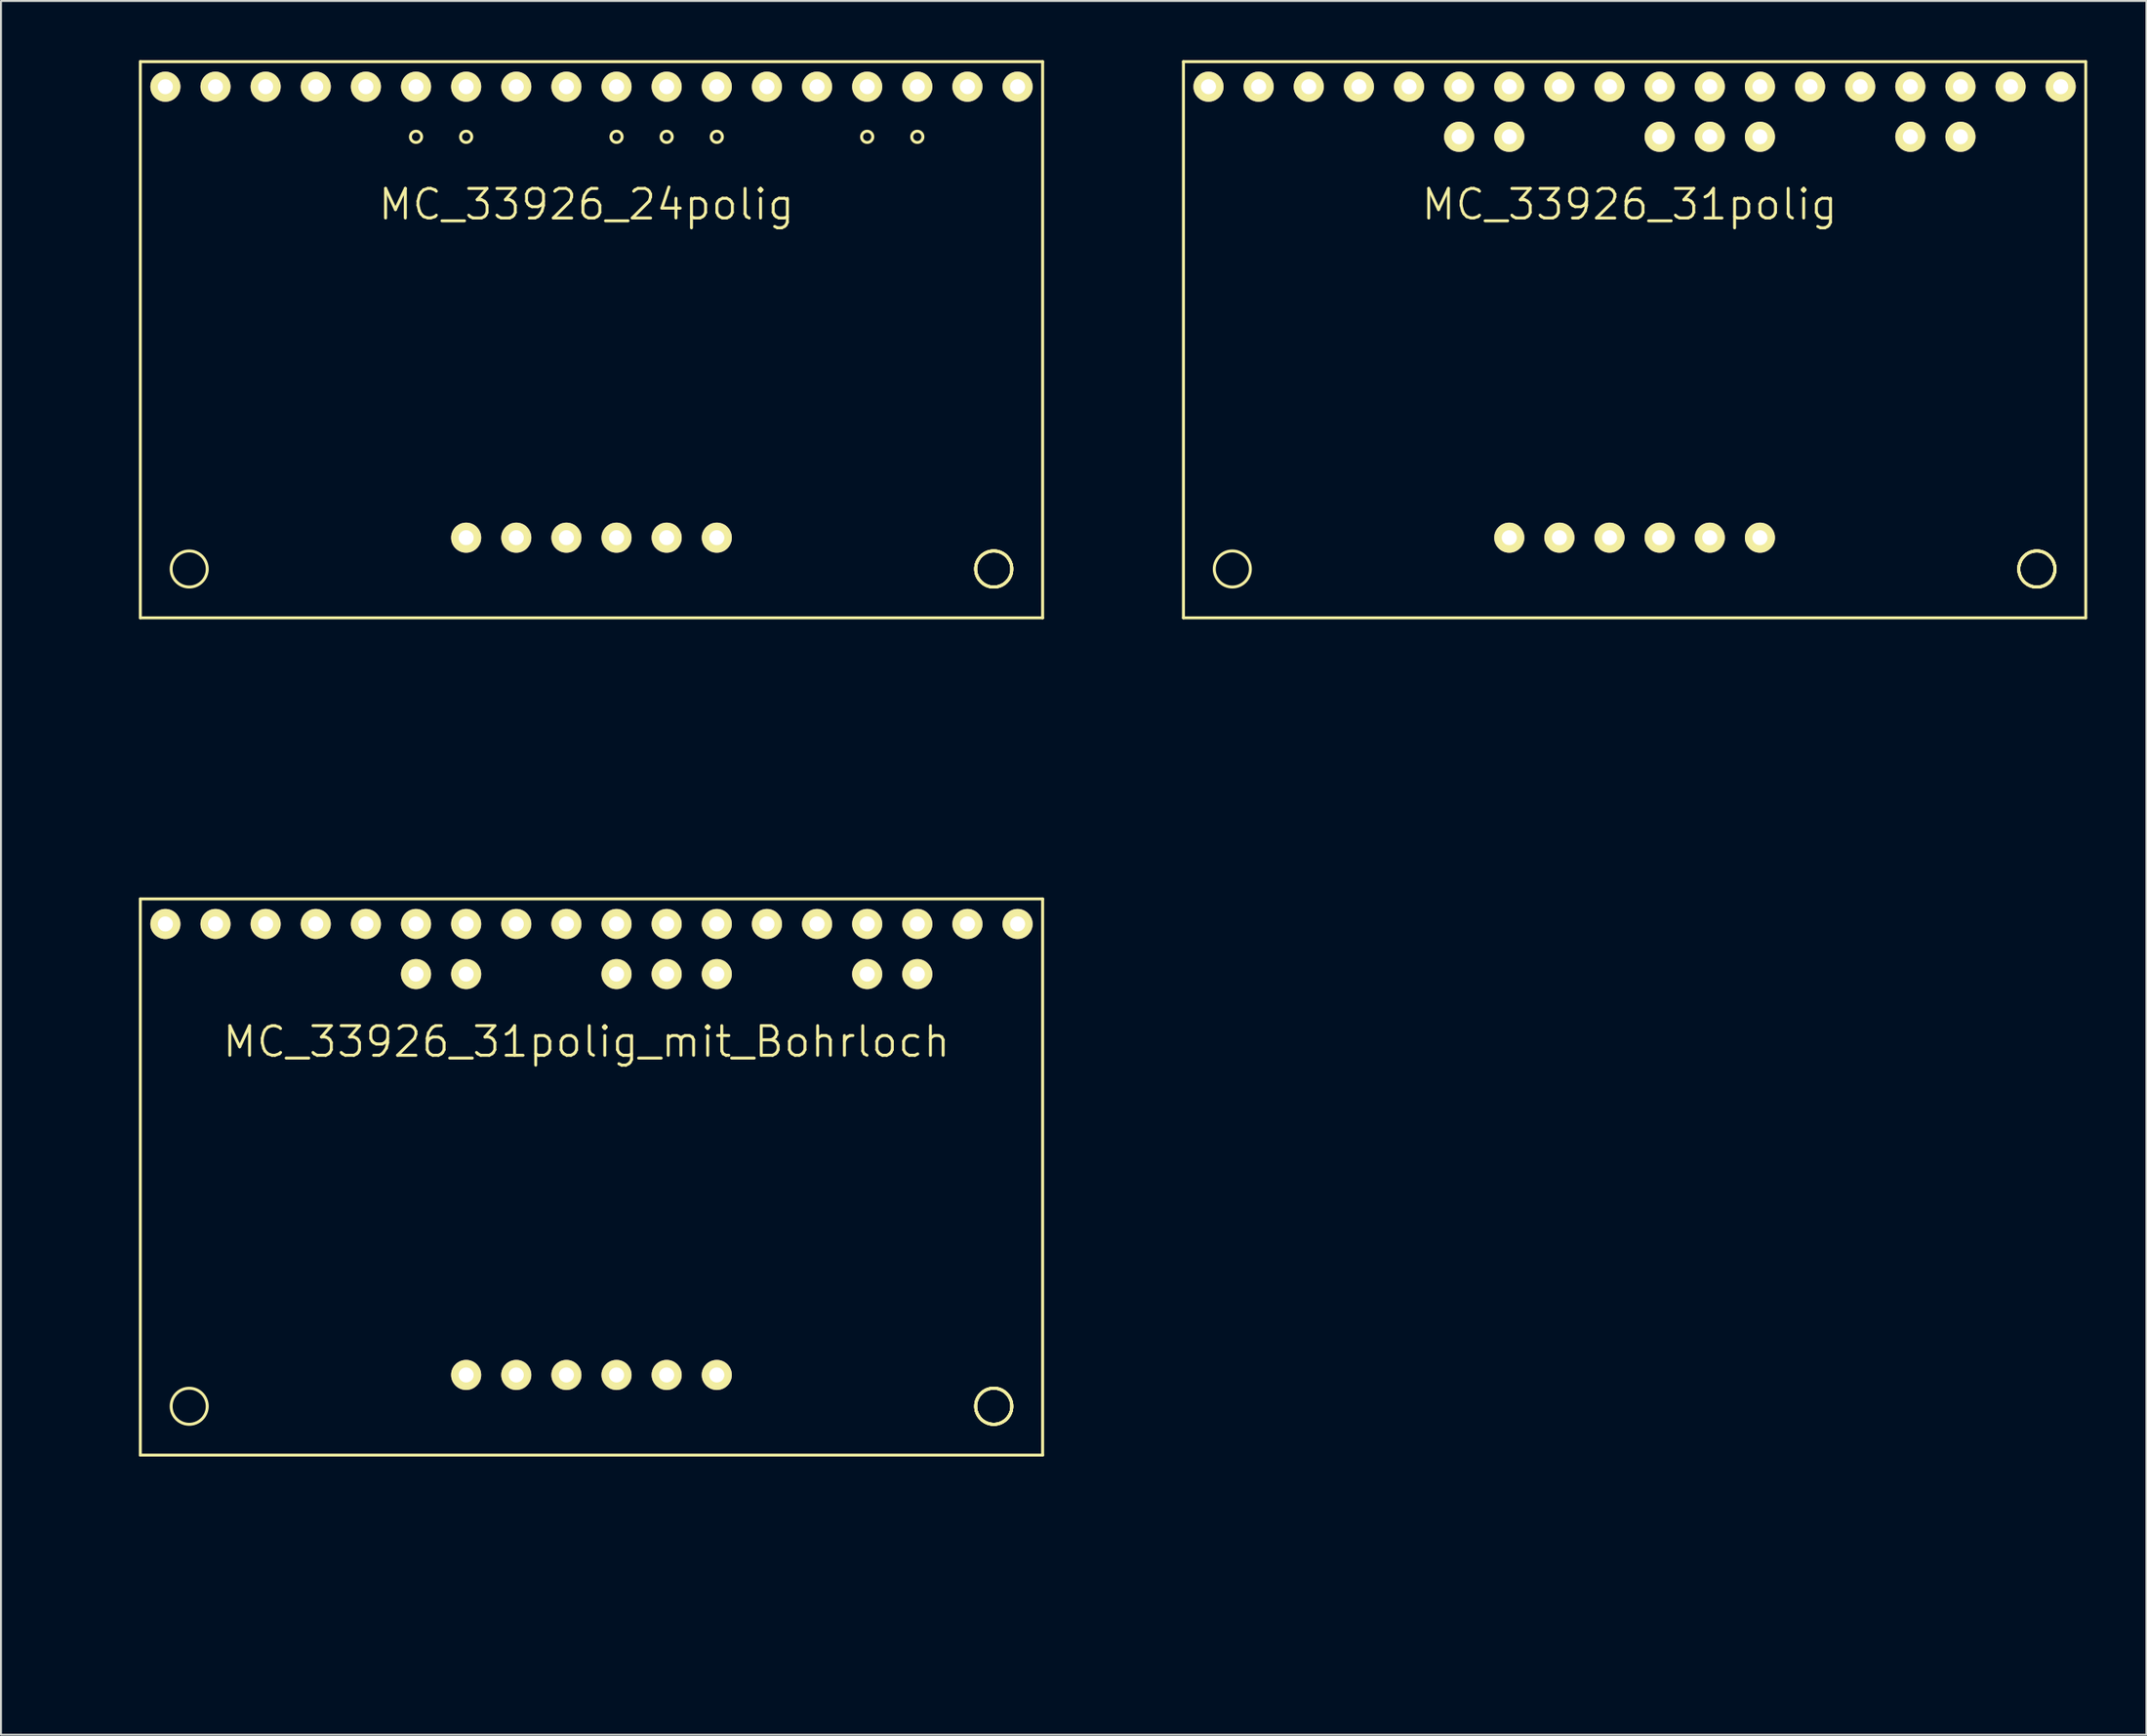
<source format=kicad_pcb>
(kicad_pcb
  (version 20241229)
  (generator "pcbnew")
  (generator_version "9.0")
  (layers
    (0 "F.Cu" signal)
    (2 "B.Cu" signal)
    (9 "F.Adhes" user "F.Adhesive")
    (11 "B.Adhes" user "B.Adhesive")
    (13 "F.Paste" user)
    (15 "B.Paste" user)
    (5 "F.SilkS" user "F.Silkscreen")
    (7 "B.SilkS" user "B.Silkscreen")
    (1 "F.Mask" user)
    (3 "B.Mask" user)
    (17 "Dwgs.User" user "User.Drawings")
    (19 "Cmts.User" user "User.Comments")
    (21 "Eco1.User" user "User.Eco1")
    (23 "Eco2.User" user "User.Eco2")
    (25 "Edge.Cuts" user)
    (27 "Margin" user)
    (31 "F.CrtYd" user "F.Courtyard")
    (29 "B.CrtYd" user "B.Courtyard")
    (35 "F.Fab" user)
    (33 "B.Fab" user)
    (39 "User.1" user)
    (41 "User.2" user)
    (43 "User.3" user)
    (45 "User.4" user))
  (footprint "MC_33926_31polig"
    (layer "F.Cu")
    (at 53.105 39.191)
    (property "Reference" "MC_33926_31polig" (at 26.416 -31.877 0) (layer "F.SilkS") (effects (font (size 1.5 1.5) (thickness 0.15))))
    (attr through_hole)
    (fp_line (start 3.81 -39.116) (end 49.53 -39.116) (stroke (width 0.15) (type solid)) (layer "F.SilkS"))
    (fp_line (start 3.81 -10.922) (end 3.81 -39.116) (stroke (width 0.15) (type solid)) (layer "F.SilkS"))
    (fp_line (start 49.53 -39.116) (end 49.53 -10.922) (stroke (width 0.15) (type solid)) (layer "F.SilkS"))
    (fp_line (start 49.53 -10.922) (end 3.81 -10.922) (stroke (width 0.15) (type solid)) (layer "F.SilkS"))
    (fp_circle (center 6.287 -13.399) (end 7.048 -13.906) (stroke (width 0.15) (type solid)) (fill no) (layer "F.SilkS"))
    (fp_circle (center 17.78 -35.306) (end 17.907 -35.052) (stroke (width 0.15) (type solid)) (fill no) (layer "F.SilkS"))
    (fp_circle (center 20.32 -35.306) (end 20.447 -35.052) (stroke (width 0.15) (type solid)) (fill no) (layer "F.SilkS"))
    (fp_circle (center 27.94 -35.306) (end 28.067 -35.052) (stroke (width 0.15) (type solid)) (fill no) (layer "F.SilkS"))
    (fp_circle (center 30.48 -35.306) (end 30.607 -35.052) (stroke (width 0.15) (type solid)) (fill no) (layer "F.SilkS"))
    (fp_circle (center 33.02 -35.306) (end 33.147 -35.052) (stroke (width 0.15) (type solid)) (fill no) (layer "F.SilkS"))
    (fp_circle (center 40.64 -35.306) (end 40.767 -35.052) (stroke (width 0.15) (type solid)) (fill no) (layer "F.SilkS"))
    (fp_circle (center 43.18 -35.306) (end 43.434 -35.179) (stroke (width 0.15) (type solid)) (fill no) (layer "F.SilkS"))
    (fp_circle (center 47.053 -13.399) (end 47.816 -13.906) (stroke (width 0.15) (type solid)) (fill no) (layer "F.SilkS"))
    (fp_circle (center 47.053 -13.399) (end 47.816 -13.906) (stroke (width 0.15) (type solid)) (fill no) (layer "F.SilkS"))
    (fp_circle (center 47.053 -13.399) (end 47.816 -13.906) (stroke (width 0.15) (type solid)) (fill no) (layer "F.SilkS"))
    (fp_circle (center 47.053 -13.399) (end 47.816 -13.906) (stroke (width 0.15) (type solid)) (fill no) (layer "F.SilkS"))
    (pad "1" thru_hole circle (at 5.08 -37.846) (size 1.524 1.524) (drill 0.762) (layers "*.Cu" "*.Mask" "F.SilkS"))
    (pad "2" thru_hole circle (at 7.62 -37.846) (size 1.524 1.524) (drill 0.762) (layers "*.Cu" "*.Mask" "F.SilkS"))
    (pad "3" thru_hole circle (at 10.16 -37.846) (size 1.524 1.524) (drill 0.762) (layers "*.Cu" "*.Mask" "F.SilkS"))
    (pad "4" thru_hole circle (at 12.7 -37.846) (size 1.524 1.524) (drill 0.762) (layers "*.Cu" "*.Mask" "F.SilkS"))
    (pad "5" thru_hole circle (at 15.24 -37.846) (size 1.524 1.524) (drill 0.762) (layers "*.Cu" "*.Mask" "F.SilkS"))
    (pad "6" thru_hole circle (at 17.78 -37.846) (size 1.524 1.524) (drill 0.762) (layers "*.Cu" "*.Mask" "F.SilkS"))
    (pad "7" thru_hole circle (at 20.32 -37.846) (size 1.524 1.524) (drill 0.762) (layers "*.Cu" "*.Mask" "F.SilkS"))
    (pad "8" thru_hole circle (at 22.86 -37.846) (size 1.524 1.524) (drill 0.762) (layers "*.Cu" "*.Mask" "F.SilkS"))
    (pad "9" thru_hole circle (at 25.4 -37.846) (size 1.524 1.524) (drill 0.762) (layers "*.Cu" "*.Mask" "F.SilkS"))
    (pad "10" thru_hole circle (at 27.94 -37.846) (size 1.524 1.524) (drill 0.762) (layers "*.Cu" "*.Mask" "F.SilkS"))
    (pad "11" thru_hole circle (at 30.48 -37.846) (size 1.524 1.524) (drill 0.762) (layers "*.Cu" "*.Mask" "F.SilkS"))
    (pad "12" thru_hole circle (at 33.02 -37.846) (size 1.524 1.524) (drill 0.762) (layers "*.Cu" "*.Mask" "F.SilkS"))
    (pad "13" thru_hole circle (at 35.56 -37.846) (size 1.524 1.524) (drill 0.762) (layers "*.Cu" "*.Mask" "F.SilkS"))
    (pad "14" thru_hole circle (at 38.1 -37.846) (size 1.524 1.524) (drill 0.762) (layers "*.Cu" "*.Mask" "F.SilkS"))
    (pad "15" thru_hole circle (at 40.64 -37.846) (size 1.524 1.524) (drill 0.762) (layers "*.Cu" "*.Mask" "F.SilkS"))
    (pad "16" thru_hole circle (at 43.18 -37.846) (size 1.524 1.524) (drill 0.762) (layers "*.Cu" "*.Mask" "F.SilkS"))
    (pad "17" thru_hole circle (at 45.72 -37.846) (size 1.524 1.524) (drill 0.762) (layers "*.Cu" "*.Mask" "F.SilkS"))
    (pad "18" thru_hole circle (at 48.26 -37.846) (size 1.524 1.524) (drill 0.762) (layers "*.Cu" "*.Mask" "F.SilkS"))
    (pad "19" thru_hole circle (at 20.32 -14.986) (size 1.524 1.524) (drill 0.762) (layers "*.Cu" "*.Mask" "F.SilkS"))
    (pad "20" thru_hole circle (at 22.86 -14.986) (size 1.524 1.524) (drill 0.762) (layers "*.Cu" "*.Mask" "F.SilkS"))
    (pad "21" thru_hole circle (at 25.4 -14.986) (size 1.524 1.524) (drill 0.762) (layers "*.Cu" "*.Mask" "F.SilkS"))
    (pad "22" thru_hole circle (at 27.94 -14.986) (size 1.524 1.524) (drill 0.762) (layers "*.Cu" "*.Mask" "F.SilkS"))
    (pad "23" thru_hole circle (at 30.48 -14.986) (size 1.524 1.524) (drill 0.762) (layers "*.Cu" "*.Mask" "F.SilkS"))
    (pad "24" thru_hole circle (at 33.02 -14.986) (size 1.524 1.524) (drill 0.762) (layers "*.Cu" "*.Mask" "F.SilkS"))
    (pad "25" thru_hole circle (at 17.78 -35.306) (size 1.524 1.524) (drill 0.762) (layers "*.Cu" "*.Mask" "F.SilkS"))
    (pad "26" thru_hole circle (at 20.32 -35.306) (size 1.524 1.524) (drill 0.762) (layers "*.Cu" "*.Mask" "F.SilkS"))
    (pad "27" thru_hole circle (at 27.94 -35.306) (size 1.524 1.524) (drill 0.762) (layers "*.Cu" "*.Mask" "F.SilkS"))
    (pad "28" thru_hole circle (at 30.48 -35.306) (size 1.524 1.524) (drill 0.762) (layers "*.Cu" "*.Mask" "F.SilkS"))
    (pad "29" thru_hole circle (at 33.02 -35.306) (size 1.524 1.524) (drill 0.762) (layers "*.Cu" "*.Mask" "F.SilkS"))
    (pad "30" thru_hole circle (at 40.64 -35.306) (size 1.524 1.524) (drill 0.762) (layers "*.Cu" "*.Mask" "F.SilkS"))
    (pad "31" thru_hole circle (at 43.18 -35.306) (size 1.524 1.524) (drill 0.762) (layers "*.Cu" "*.Mask" "F.SilkS")))
  (footprint "MC_33926_31polig_mit_Bohrloch"
    (layer "F.Cu")
    (at 0.25 81.632)
    (property "Reference" "MC_33926_31polig_mit_Bohrloch" (at 26.416 -31.877 0) (layer "F.SilkS") (effects (font (size 1.5 1.5) (thickness 0.15))))
    (attr through_hole)
    (fp_line (start 3.81 -39.116) (end 49.53 -39.116) (stroke (width 0.15) (type solid)) (layer "F.SilkS"))
    (fp_line (start 3.81 -10.922) (end 3.81 -39.116) (stroke (width 0.15) (type solid)) (layer "F.SilkS"))
    (fp_line (start 49.53 -39.116) (end 49.53 -10.922) (stroke (width 0.15) (type solid)) (layer "F.SilkS"))
    (fp_line (start 49.53 -10.922) (end 3.81 -10.922) (stroke (width 0.15) (type solid)) (layer "F.SilkS"))
    (fp_circle (center 6.287 -13.399) (end 7.048 -13.906) (stroke (width 0.15) (type solid)) (fill no) (layer "F.SilkS"))
    (fp_circle (center 17.78 -35.306) (end 17.907 -35.052) (stroke (width 0.15) (type solid)) (fill no) (layer "F.SilkS"))
    (fp_circle (center 20.32 -35.306) (end 20.447 -35.052) (stroke (width 0.15) (type solid)) (fill no) (layer "F.SilkS"))
    (fp_circle (center 27.94 -35.306) (end 28.067 -35.052) (stroke (width 0.15) (type solid)) (fill no) (layer "F.SilkS"))
    (fp_circle (center 30.48 -35.306) (end 30.607 -35.052) (stroke (width 0.15) (type solid)) (fill no) (layer "F.SilkS"))
    (fp_circle (center 33.02 -35.306) (end 33.147 -35.052) (stroke (width 0.15) (type solid)) (fill no) (layer "F.SilkS"))
    (fp_circle (center 40.64 -35.306) (end 40.767 -35.052) (stroke (width 0.15) (type solid)) (fill no) (layer "F.SilkS"))
    (fp_circle (center 43.18 -35.306) (end 43.434 -35.179) (stroke (width 0.15) (type solid)) (fill no) (layer "F.SilkS"))
    (fp_circle (center 47.053 -13.399) (end 47.816 -13.906) (stroke (width 0.15) (type solid)) (fill no) (layer "F.SilkS"))
    (fp_circle (center 47.053 -13.399) (end 47.816 -13.906) (stroke (width 0.15) (type solid)) (fill no) (layer "F.SilkS"))
    (fp_circle (center 47.053 -13.399) (end 47.816 -13.906) (stroke (width 0.15) (type solid)) (fill no) (layer "F.SilkS"))
    (fp_circle (center 47.053 -13.399) (end 47.816 -13.906) (stroke (width 0.15) (type solid)) (fill no) (layer "F.SilkS"))
    (pad "1" thru_hole circle (at 5.08 -37.846) (size 1.524 1.524) (drill 0.762) (layers "*.Cu" "*.Mask" "F.SilkS"))
    (pad "2" thru_hole circle (at 7.62 -37.846) (size 1.524 1.524) (drill 0.762) (layers "*.Cu" "*.Mask" "F.SilkS"))
    (pad "3" thru_hole circle (at 10.16 -37.846) (size 1.524 1.524) (drill 0.762) (layers "*.Cu" "*.Mask" "F.SilkS"))
    (pad "4" thru_hole circle (at 12.7 -37.846) (size 1.524 1.524) (drill 0.762) (layers "*.Cu" "*.Mask" "F.SilkS"))
    (pad "5" thru_hole circle (at 15.24 -37.846) (size 1.524 1.524) (drill 0.762) (layers "*.Cu" "*.Mask" "F.SilkS"))
    (pad "6" thru_hole circle (at 17.78 -37.846) (size 1.524 1.524) (drill 0.762) (layers "*.Cu" "*.Mask" "F.SilkS"))
    (pad "7" thru_hole circle (at 20.32 -37.846) (size 1.524 1.524) (drill 0.762) (layers "*.Cu" "*.Mask" "F.SilkS"))
    (pad "8" thru_hole circle (at 22.86 -37.846) (size 1.524 1.524) (drill 0.762) (layers "*.Cu" "*.Mask" "F.SilkS"))
    (pad "9" thru_hole circle (at 25.4 -37.846) (size 1.524 1.524) (drill 0.762) (layers "*.Cu" "*.Mask" "F.SilkS"))
    (pad "10" thru_hole circle (at 27.94 -37.846) (size 1.524 1.524) (drill 0.762) (layers "*.Cu" "*.Mask" "F.SilkS"))
    (pad "11" thru_hole circle (at 30.48 -37.846) (size 1.524 1.524) (drill 0.762) (layers "*.Cu" "*.Mask" "F.SilkS"))
    (pad "12" thru_hole circle (at 33.02 -37.846) (size 1.524 1.524) (drill 0.762) (layers "*.Cu" "*.Mask" "F.SilkS"))
    (pad "13" thru_hole circle (at 35.56 -37.846) (size 1.524 1.524) (drill 0.762) (layers "*.Cu" "*.Mask" "F.SilkS"))
    (pad "14" thru_hole circle (at 38.1 -37.846) (size 1.524 1.524) (drill 0.762) (layers "*.Cu" "*.Mask" "F.SilkS"))
    (pad "15" thru_hole circle (at 40.64 -37.846) (size 1.524 1.524) (drill 0.762) (layers "*.Cu" "*.Mask" "F.SilkS"))
    (pad "16" thru_hole circle (at 43.18 -37.846) (size 1.524 1.524) (drill 0.762) (layers "*.Cu" "*.Mask" "F.SilkS"))
    (pad "17" thru_hole circle (at 45.72 -37.846) (size 1.524 1.524) (drill 0.762) (layers "*.Cu" "*.Mask" "F.SilkS"))
    (pad "18" thru_hole circle (at 48.26 -37.846) (size 1.524 1.524) (drill 0.762) (layers "*.Cu" "*.Mask" "F.SilkS"))
    (pad "19" thru_hole circle (at 20.32 -14.986) (size 1.524 1.524) (drill 0.762) (layers "*.Cu" "*.Mask" "F.SilkS"))
    (pad "20" thru_hole circle (at 22.86 -14.986) (size 1.524 1.524) (drill 0.762) (layers "*.Cu" "*.Mask" "F.SilkS"))
    (pad "21" thru_hole circle (at 25.4 -14.986) (size 1.524 1.524) (drill 0.762) (layers "*.Cu" "*.Mask" "F.SilkS"))
    (pad "22" thru_hole circle (at 27.94 -14.986) (size 1.524 1.524) (drill 0.762) (layers "*.Cu" "*.Mask" "F.SilkS"))
    (pad "23" thru_hole circle (at 30.48 -14.986) (size 1.524 1.524) (drill 0.762) (layers "*.Cu" "*.Mask" "F.SilkS"))
    (pad "24" thru_hole circle (at 33.02 -14.986) (size 1.524 1.524) (drill 0.762) (layers "*.Cu" "*.Mask" "F.SilkS"))
    (pad "25" thru_hole circle (at 17.78 -35.306) (size 1.524 1.524) (drill 0.762) (layers "*.Cu" "*.Mask" "F.SilkS"))
    (pad "26" thru_hole circle (at 20.32 -35.306) (size 1.524 1.524) (drill 0.762) (layers "*.Cu" "*.Mask" "F.SilkS"))
    (pad "27" thru_hole circle (at 27.94 -35.306) (size 1.524 1.524) (drill 0.762) (layers "*.Cu" "*.Mask" "F.SilkS"))
    (pad "28" thru_hole circle (at 30.48 -35.306) (size 1.524 1.524) (drill 0.762) (layers "*.Cu" "*.Mask" "F.SilkS"))
    (pad "29" thru_hole circle (at 33.02 -35.306) (size 1.524 1.524) (drill 0.762) (layers "*.Cu" "*.Mask" "F.SilkS"))
    (pad "30" thru_hole circle (at 40.64 -35.306) (size 1.524 1.524) (drill 0.762) (layers "*.Cu" "*.Mask" "F.SilkS"))
    (pad "31" thru_hole circle (at 43.18 -35.306) (size 1.524 1.524) (drill 0.762) (layers "*.Cu" "*.Mask" "F.SilkS")))
  (footprint "MC_33926_24polig"
    (layer "F.Cu")
    (at 0.25 39.191)
    (property "Reference" "MC_33926_24polig" (at 26.416 -31.877 0) (layer "F.SilkS") (effects (font (size 1.5 1.5) (thickness 0.15))))
    (attr through_hole)
    (fp_line (start 3.81 -39.116) (end 49.53 -39.116) (stroke (width 0.15) (type solid)) (layer "F.SilkS"))
    (fp_line (start 3.81 -10.922) (end 3.81 -39.116) (stroke (width 0.15) (type solid)) (layer "F.SilkS"))
    (fp_line (start 49.53 -39.116) (end 49.53 -10.922) (stroke (width 0.15) (type solid)) (layer "F.SilkS"))
    (fp_line (start 49.53 -10.922) (end 3.81 -10.922) (stroke (width 0.15) (type solid)) (layer "F.SilkS"))
    (fp_circle (center 6.287 -13.399) (end 7.048 -13.906) (stroke (width 0.15) (type solid)) (fill no) (layer "F.SilkS"))
    (fp_circle (center 17.78 -35.306) (end 17.907 -35.052) (stroke (width 0.15) (type solid)) (fill no) (layer "F.SilkS"))
    (fp_circle (center 20.32 -35.306) (end 20.447 -35.052) (stroke (width 0.15) (type solid)) (fill no) (layer "F.SilkS"))
    (fp_circle (center 27.94 -35.306) (end 28.067 -35.052) (stroke (width 0.15) (type solid)) (fill no) (layer "F.SilkS"))
    (fp_circle (center 30.48 -35.306) (end 30.607 -35.052) (stroke (width 0.15) (type solid)) (fill no) (layer "F.SilkS"))
    (fp_circle (center 33.02 -35.306) (end 33.147 -35.052) (stroke (width 0.15) (type solid)) (fill no) (layer "F.SilkS"))
    (fp_circle (center 40.64 -35.306) (end 40.767 -35.052) (stroke (width 0.15) (type solid)) (fill no) (layer "F.SilkS"))
    (fp_circle (center 43.18 -35.306) (end 43.434 -35.179) (stroke (width 0.15) (type solid)) (fill no) (layer "F.SilkS"))
    (fp_circle (center 47.053 -13.399) (end 47.816 -13.906) (stroke (width 0.15) (type solid)) (fill no) (layer "F.SilkS"))
    (fp_circle (center 47.053 -13.399) (end 47.816 -13.906) (stroke (width 0.15) (type solid)) (fill no) (layer "F.SilkS"))
    (fp_circle (center 47.053 -13.399) (end 47.816 -13.906) (stroke (width 0.15) (type solid)) (fill no) (layer "F.SilkS"))
    (fp_circle (center 47.053 -13.399) (end 47.816 -13.906) (stroke (width 0.15) (type solid)) (fill no) (layer "F.SilkS"))
    (pad "1" thru_hole circle (at 5.08 -37.846) (size 1.524 1.524) (drill 0.762) (layers "*.Cu" "*.Mask" "F.SilkS"))
    (pad "2" thru_hole circle (at 7.62 -37.846) (size 1.524 1.524) (drill 0.762) (layers "*.Cu" "*.Mask" "F.SilkS"))
    (pad "3" thru_hole circle (at 10.16 -37.846) (size 1.524 1.524) (drill 0.762) (layers "*.Cu" "*.Mask" "F.SilkS"))
    (pad "4" thru_hole circle (at 12.7 -37.846) (size 1.524 1.524) (drill 0.762) (layers "*.Cu" "*.Mask" "F.SilkS"))
    (pad "5" thru_hole circle (at 15.24 -37.846) (size 1.524 1.524) (drill 0.762) (layers "*.Cu" "*.Mask" "F.SilkS"))
    (pad "6" thru_hole circle (at 17.78 -37.846) (size 1.524 1.524) (drill 0.762) (layers "*.Cu" "*.Mask" "F.SilkS"))
    (pad "7" thru_hole circle (at 20.32 -37.846) (size 1.524 1.524) (drill 0.762) (layers "*.Cu" "*.Mask" "F.SilkS"))
    (pad "8" thru_hole circle (at 22.86 -37.846) (size 1.524 1.524) (drill 0.762) (layers "*.Cu" "*.Mask" "F.SilkS"))
    (pad "9" thru_hole circle (at 25.4 -37.846) (size 1.524 1.524) (drill 0.762) (layers "*.Cu" "*.Mask" "F.SilkS"))
    (pad "10" thru_hole circle (at 27.94 -37.846) (size 1.524 1.524) (drill 0.762) (layers "*.Cu" "*.Mask" "F.SilkS"))
    (pad "11" thru_hole circle (at 30.48 -37.846) (size 1.524 1.524) (drill 0.762) (layers "*.Cu" "*.Mask" "F.SilkS"))
    (pad "12" thru_hole circle (at 33.02 -37.846) (size 1.524 1.524) (drill 0.762) (layers "*.Cu" "*.Mask" "F.SilkS"))
    (pad "13" thru_hole circle (at 35.56 -37.846) (size 1.524 1.524) (drill 0.762) (layers "*.Cu" "*.Mask" "F.SilkS"))
    (pad "14" thru_hole circle (at 38.1 -37.846) (size 1.524 1.524) (drill 0.762) (layers "*.Cu" "*.Mask" "F.SilkS"))
    (pad "15" thru_hole circle (at 40.64 -37.846) (size 1.524 1.524) (drill 0.762) (layers "*.Cu" "*.Mask" "F.SilkS"))
    (pad "16" thru_hole circle (at 43.18 -37.846) (size 1.524 1.524) (drill 0.762) (layers "*.Cu" "*.Mask" "F.SilkS"))
    (pad "17" thru_hole circle (at 45.72 -37.846) (size 1.524 1.524) (drill 0.762) (layers "*.Cu" "*.Mask" "F.SilkS"))
    (pad "18" thru_hole circle (at 48.26 -37.846) (size 1.524 1.524) (drill 0.762) (layers "*.Cu" "*.Mask" "F.SilkS"))
    (pad "19" thru_hole circle (at 20.32 -14.986) (size 1.524 1.524) (drill 0.762) (layers "*.Cu" "*.Mask" "F.SilkS"))
    (pad "20" thru_hole circle (at 22.86 -14.986) (size 1.524 1.524) (drill 0.762) (layers "*.Cu" "*.Mask" "F.SilkS"))
    (pad "21" thru_hole circle (at 25.4 -14.986) (size 1.524 1.524) (drill 0.762) (layers "*.Cu" "*.Mask" "F.SilkS"))
    (pad "22" thru_hole circle (at 27.94 -14.986) (size 1.524 1.524) (drill 0.762) (layers "*.Cu" "*.Mask" "F.SilkS"))
    (pad "23" thru_hole circle (at 30.48 -14.986) (size 1.524 1.524) (drill 0.762) (layers "*.Cu" "*.Mask" "F.SilkS"))
    (pad "24" thru_hole circle (at 33.02 -14.986) (size 1.524 1.524) (drill 0.762) (layers "*.Cu" "*.Mask" "F.SilkS")))
  (gr_rect
    (start -3 -3)
    (end 105.71 84.882)
    (stroke (width 0.1) (type default))
    (fill no)
    (layer "Edge.Cuts")))
</source>
